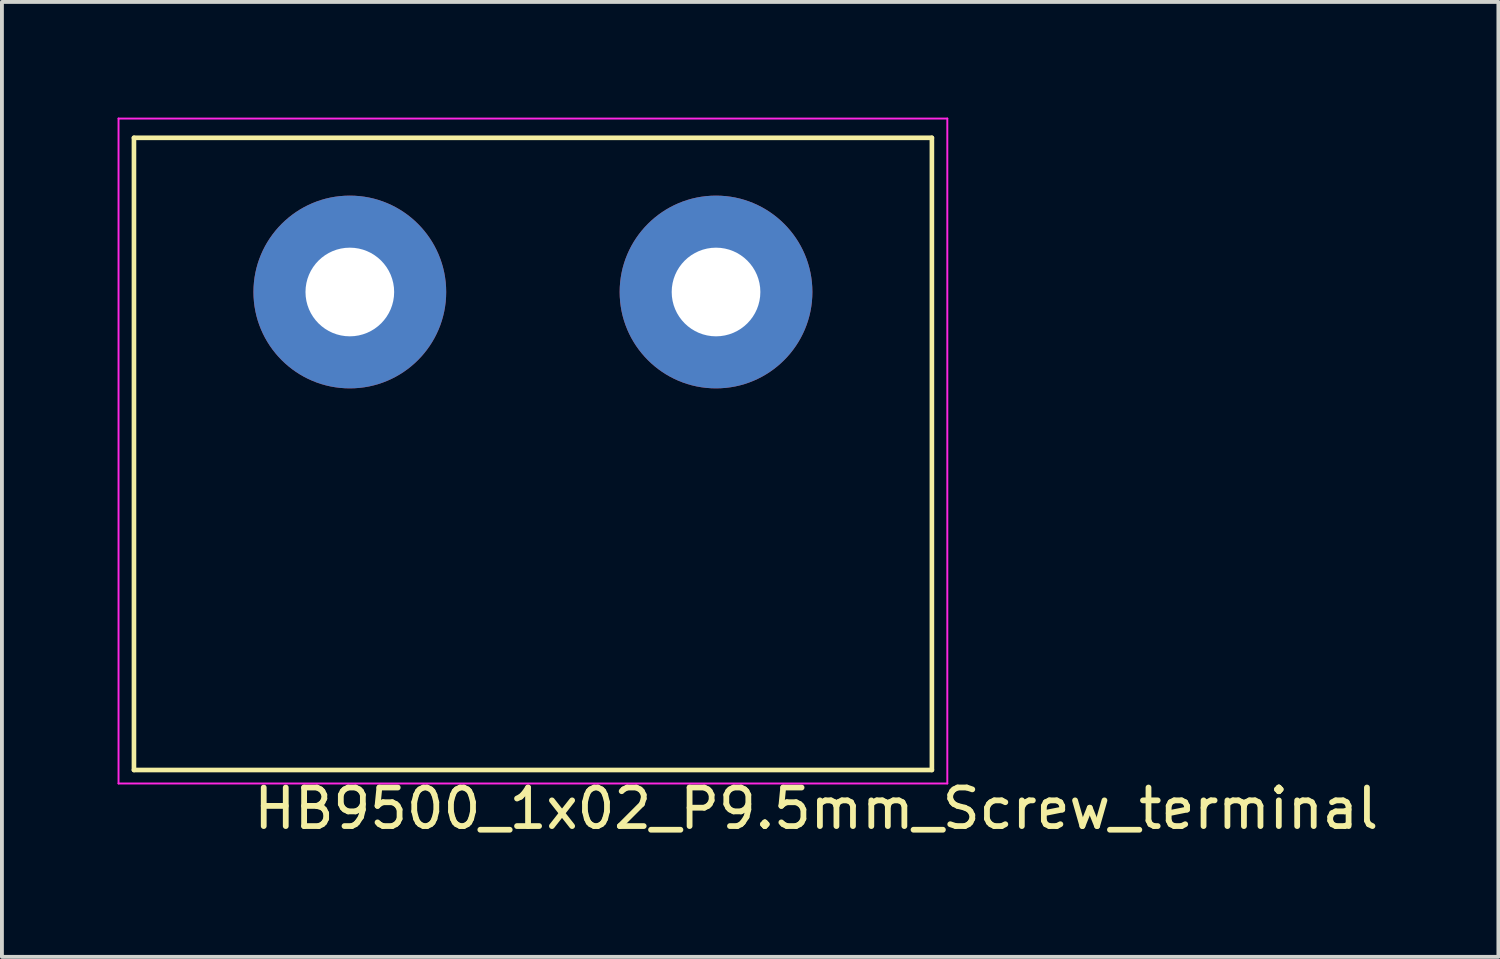
<source format=kicad_pcb>
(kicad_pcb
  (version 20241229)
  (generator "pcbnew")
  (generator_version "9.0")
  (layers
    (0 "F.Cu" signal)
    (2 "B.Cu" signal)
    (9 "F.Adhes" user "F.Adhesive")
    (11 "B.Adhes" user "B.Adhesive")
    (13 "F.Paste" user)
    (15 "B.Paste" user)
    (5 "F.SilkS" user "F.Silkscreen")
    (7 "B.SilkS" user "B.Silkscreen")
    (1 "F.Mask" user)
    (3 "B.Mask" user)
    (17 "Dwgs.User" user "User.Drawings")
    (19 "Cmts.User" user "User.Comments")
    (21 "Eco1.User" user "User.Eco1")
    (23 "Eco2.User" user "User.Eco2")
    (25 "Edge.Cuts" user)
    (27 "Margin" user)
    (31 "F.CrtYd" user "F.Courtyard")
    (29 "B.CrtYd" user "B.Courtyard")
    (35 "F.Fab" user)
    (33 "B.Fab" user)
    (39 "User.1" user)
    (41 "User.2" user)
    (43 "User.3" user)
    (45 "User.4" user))
  (footprint "HB9500_1x02_P9.5mm_Screw_terminal"
    (layer "F.Cu")
    (at 17.525 12.525)
    (property "Reference" "HB9500_1x02_P9.5mm_Screw_terminal" (at 0.6 5.4 0) (layer "F.SilkS") (effects (font (size 1 1) (thickness 0.15))))
    (attr through_hole)
    (fp_line (start -17.1 -12) (end -17.1 4.4) (stroke (width 0.12) (type solid)) (layer "F.SilkS"))
    (fp_line (start -17.1 -12) (end 3.6 -12) (stroke (width 0.12) (type solid)) (layer "F.SilkS"))
    (fp_line (start -17.1 4.4) (end 3.6 4.4) (stroke (width 0.12) (type solid)) (layer "F.SilkS"))
    (fp_line (start 3.6 -12) (end 3.6 4.4) (stroke (width 0.12) (type solid)) (layer "F.SilkS"))
    (fp_line (start -17.5 -12.5) (end 4 -12.5) (stroke (width 0.05) (type solid)) (layer "F.CrtYd"))
    (fp_line (start -17.5 4.75) (end -17.5 -12.5) (stroke (width 0.05) (type solid)) (layer "F.CrtYd"))
    (fp_line (start -17.5 4.75) (end 4 4.75) (stroke (width 0.05) (type solid)) (layer "F.CrtYd"))
    (fp_line (start 4 4.75) (end 4 -12.5) (stroke (width 0.05) (type solid)) (layer "F.CrtYd"))
    (pad "1" thru_hole circle (at -11.5 -8) (size 5 5) (drill 2.3) (layers "*.Cu" "*.Mask"))
    (pad "2" thru_hole circle (at -2 -8) (size 5 5) (drill 2.3) (layers "*.Cu" "*.Mask")))
  (gr_rect
    (start -3 -3)
    (end 35.821 21.773)
    (stroke (width 0.1) (type default))
    (fill no)
    (layer "Edge.Cuts")))
</source>
